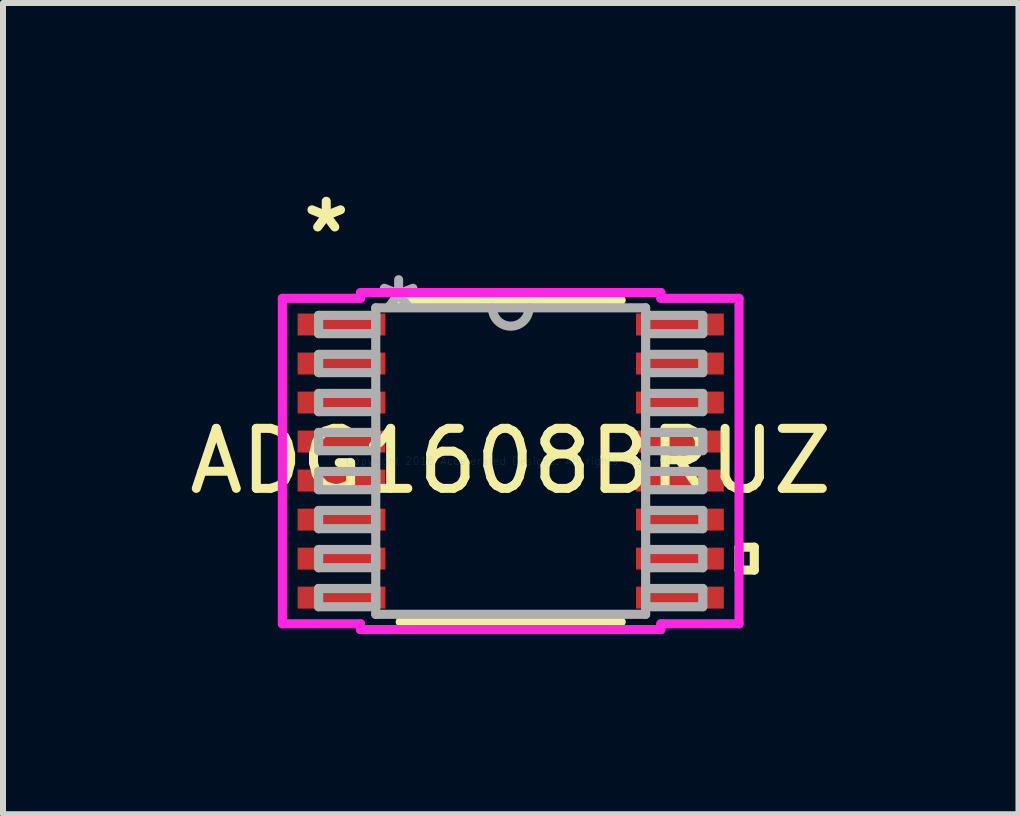
<source format=kicad_pcb>
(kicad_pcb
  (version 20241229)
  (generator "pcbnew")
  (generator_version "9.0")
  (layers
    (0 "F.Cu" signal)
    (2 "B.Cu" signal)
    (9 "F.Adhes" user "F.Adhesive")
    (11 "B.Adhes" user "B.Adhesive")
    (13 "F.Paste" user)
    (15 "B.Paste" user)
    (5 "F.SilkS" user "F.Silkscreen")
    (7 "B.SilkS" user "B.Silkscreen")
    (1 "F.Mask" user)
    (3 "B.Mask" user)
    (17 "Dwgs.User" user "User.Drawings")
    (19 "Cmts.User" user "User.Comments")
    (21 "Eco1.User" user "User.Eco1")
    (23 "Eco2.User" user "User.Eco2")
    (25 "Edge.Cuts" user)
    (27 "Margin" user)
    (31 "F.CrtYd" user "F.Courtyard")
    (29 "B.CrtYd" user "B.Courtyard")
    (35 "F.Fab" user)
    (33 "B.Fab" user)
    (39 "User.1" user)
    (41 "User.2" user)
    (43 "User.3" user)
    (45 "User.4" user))
  (footprint "ADG1608BRUZ"
    (layer "F.Cu")
    (at 5.458 4.631)
    (property "Reference" "ADG1608BRUZ" (at 0 0 0) (layer "F.SilkS") (effects (font (size 1 1) (thickness 0.15))))
    (attr through_hole)
    (fp_line (start -1.841 2.68) (end 1.841 2.68) (stroke (width 0.152) (type solid)) (layer "F.SilkS"))
    (fp_line (start 1.841 -2.68) (end -1.841 -2.68) (stroke (width 0.152) (type solid)) (layer "F.SilkS"))
    (fp_line (start 3.804 1.435) (end 4.058 1.435) (stroke (width 0.152) (type solid)) (layer "F.SilkS"))
    (fp_line (start 3.804 1.816) (end 3.804 1.435) (stroke (width 0.152) (type solid)) (layer "F.SilkS"))
    (fp_line (start 4.058 1.435) (end 4.058 1.816) (stroke (width 0.152) (type solid)) (layer "F.SilkS"))
    (fp_line (start 4.058 1.816) (end 3.804 1.816) (stroke (width 0.152) (type solid)) (layer "F.SilkS"))
    (fp_line (start -3.804 -2.711) (end -2.502 -2.711) (stroke (width 0.152) (type solid)) (layer "F.CrtYd"))
    (fp_line (start -3.804 2.711) (end -3.804 -2.711) (stroke (width 0.152) (type solid)) (layer "F.CrtYd"))
    (fp_line (start -2.502 -2.807) (end 2.502 -2.807) (stroke (width 0.152) (type solid)) (layer "F.CrtYd"))
    (fp_line (start -2.502 -2.711) (end -2.502 -2.807) (stroke (width 0.152) (type solid)) (layer "F.CrtYd"))
    (fp_line (start -2.502 2.711) (end -3.804 2.711) (stroke (width 0.152) (type solid)) (layer "F.CrtYd"))
    (fp_line (start -2.502 2.807) (end -2.502 2.711) (stroke (width 0.152) (type solid)) (layer "F.CrtYd"))
    (fp_line (start 2.502 -2.807) (end 2.502 -2.711) (stroke (width 0.152) (type solid)) (layer "F.CrtYd"))
    (fp_line (start 2.502 -2.711) (end 3.804 -2.711) (stroke (width 0.152) (type solid)) (layer "F.CrtYd"))
    (fp_line (start 2.502 2.711) (end 2.502 2.807) (stroke (width 0.152) (type solid)) (layer "F.CrtYd"))
    (fp_line (start 2.502 2.807) (end -2.502 2.807) (stroke (width 0.152) (type solid)) (layer "F.CrtYd"))
    (fp_line (start 3.804 -2.711) (end 3.804 2.711) (stroke (width 0.152) (type solid)) (layer "F.CrtYd"))
    (fp_line (start 3.804 2.711) (end 2.502 2.711) (stroke (width 0.152) (type solid)) (layer "F.CrtYd"))
    (fp_line (start -3.2 -2.427) (end -3.2 -2.123) (stroke (width 0.152) (type solid)) (layer "F.Fab"))
    (fp_line (start -3.2 -2.123) (end -2.248 -2.123) (stroke (width 0.152) (type solid)) (layer "F.Fab"))
    (fp_line (start -3.2 -1.777) (end -3.2 -1.473) (stroke (width 0.152) (type solid)) (layer "F.Fab"))
    (fp_line (start -3.2 -1.473) (end -2.248 -1.473) (stroke (width 0.152) (type solid)) (layer "F.Fab"))
    (fp_line (start -3.2 -1.127) (end -3.2 -0.823) (stroke (width 0.152) (type solid)) (layer "F.Fab"))
    (fp_line (start -3.2 -0.823) (end -2.248 -0.823) (stroke (width 0.152) (type solid)) (layer "F.Fab"))
    (fp_line (start -3.2 -0.477) (end -3.2 -0.173) (stroke (width 0.152) (type solid)) (layer "F.Fab"))
    (fp_line (start -3.2 -0.173) (end -2.248 -0.173) (stroke (width 0.152) (type solid)) (layer "F.Fab"))
    (fp_line (start -3.2 0.173) (end -3.2 0.477) (stroke (width 0.152) (type solid)) (layer "F.Fab"))
    (fp_line (start -3.2 0.477) (end -2.248 0.477) (stroke (width 0.152) (type solid)) (layer "F.Fab"))
    (fp_line (start -3.2 0.823) (end -3.2 1.127) (stroke (width 0.152) (type solid)) (layer "F.Fab"))
    (fp_line (start -3.2 1.127) (end -2.248 1.127) (stroke (width 0.152) (type solid)) (layer "F.Fab"))
    (fp_line (start -3.2 1.473) (end -3.2 1.777) (stroke (width 0.152) (type solid)) (layer "F.Fab"))
    (fp_line (start -3.2 1.777) (end -2.248 1.777) (stroke (width 0.152) (type solid)) (layer "F.Fab"))
    (fp_line (start -3.2 2.123) (end -3.2 2.427) (stroke (width 0.152) (type solid)) (layer "F.Fab"))
    (fp_line (start -3.2 2.427) (end -2.248 2.427) (stroke (width 0.152) (type solid)) (layer "F.Fab"))
    (fp_line (start -2.248 -2.553) (end -2.248 2.553) (stroke (width 0.152) (type solid)) (layer "F.Fab"))
    (fp_line (start -2.248 -2.427) (end -3.2 -2.427) (stroke (width 0.152) (type solid)) (layer "F.Fab"))
    (fp_line (start -2.248 -2.123) (end -2.248 -2.427) (stroke (width 0.152) (type solid)) (layer "F.Fab"))
    (fp_line (start -2.248 -1.777) (end -3.2 -1.777) (stroke (width 0.152) (type solid)) (layer "F.Fab"))
    (fp_line (start -2.248 -1.473) (end -2.248 -1.777) (stroke (width 0.152) (type solid)) (layer "F.Fab"))
    (fp_line (start -2.248 -1.127) (end -3.2 -1.127) (stroke (width 0.152) (type solid)) (layer "F.Fab"))
    (fp_line (start -2.248 -0.823) (end -2.248 -1.127) (stroke (width 0.152) (type solid)) (layer "F.Fab"))
    (fp_line (start -2.248 -0.477) (end -3.2 -0.477) (stroke (width 0.152) (type solid)) (layer "F.Fab"))
    (fp_line (start -2.248 -0.173) (end -2.248 -0.477) (stroke (width 0.152) (type solid)) (layer "F.Fab"))
    (fp_line (start -2.248 0.173) (end -3.2 0.173) (stroke (width 0.152) (type solid)) (layer "F.Fab"))
    (fp_line (start -2.248 0.477) (end -2.248 0.173) (stroke (width 0.152) (type solid)) (layer "F.Fab"))
    (fp_line (start -2.248 0.823) (end -3.2 0.823) (stroke (width 0.152) (type solid)) (layer "F.Fab"))
    (fp_line (start -2.248 1.127) (end -2.248 0.823) (stroke (width 0.152) (type solid)) (layer "F.Fab"))
    (fp_line (start -2.248 1.473) (end -3.2 1.473) (stroke (width 0.152) (type solid)) (layer "F.Fab"))
    (fp_line (start -2.248 1.777) (end -2.248 1.473) (stroke (width 0.152) (type solid)) (layer "F.Fab"))
    (fp_line (start -2.248 2.123) (end -3.2 2.123) (stroke (width 0.152) (type solid)) (layer "F.Fab"))
    (fp_line (start -2.248 2.427) (end -2.248 2.123) (stroke (width 0.152) (type solid)) (layer "F.Fab"))
    (fp_line (start -2.248 2.553) (end 2.248 2.553) (stroke (width 0.152) (type solid)) (layer "F.Fab"))
    (fp_line (start 2.248 -2.553) (end -2.248 -2.553) (stroke (width 0.152) (type solid)) (layer "F.Fab"))
    (fp_line (start 2.248 -2.427) (end 2.248 -2.123) (stroke (width 0.152) (type solid)) (layer "F.Fab"))
    (fp_line (start 2.248 -2.123) (end 3.2 -2.123) (stroke (width 0.152) (type solid)) (layer "F.Fab"))
    (fp_line (start 2.248 -1.777) (end 2.248 -1.473) (stroke (width 0.152) (type solid)) (layer "F.Fab"))
    (fp_line (start 2.248 -1.473) (end 3.2 -1.473) (stroke (width 0.152) (type solid)) (layer "F.Fab"))
    (fp_line (start 2.248 -1.127) (end 2.248 -0.823) (stroke (width 0.152) (type solid)) (layer "F.Fab"))
    (fp_line (start 2.248 -0.823) (end 3.2 -0.823) (stroke (width 0.152) (type solid)) (layer "F.Fab"))
    (fp_line (start 2.248 -0.477) (end 2.248 -0.173) (stroke (width 0.152) (type solid)) (layer "F.Fab"))
    (fp_line (start 2.248 -0.173) (end 3.2 -0.173) (stroke (width 0.152) (type solid)) (layer "F.Fab"))
    (fp_line (start 2.248 0.173) (end 2.248 0.477) (stroke (width 0.152) (type solid)) (layer "F.Fab"))
    (fp_line (start 2.248 0.477) (end 3.2 0.477) (stroke (width 0.152) (type solid)) (layer "F.Fab"))
    (fp_line (start 2.248 0.823) (end 2.248 1.127) (stroke (width 0.152) (type solid)) (layer "F.Fab"))
    (fp_line (start 2.248 1.127) (end 3.2 1.127) (stroke (width 0.152) (type solid)) (layer "F.Fab"))
    (fp_line (start 2.248 1.473) (end 2.248 1.777) (stroke (width 0.152) (type solid)) (layer "F.Fab"))
    (fp_line (start 2.248 1.777) (end 3.2 1.777) (stroke (width 0.152) (type solid)) (layer "F.Fab"))
    (fp_line (start 2.248 2.123) (end 2.248 2.427) (stroke (width 0.152) (type solid)) (layer "F.Fab"))
    (fp_line (start 2.248 2.427) (end 3.2 2.427) (stroke (width 0.152) (type solid)) (layer "F.Fab"))
    (fp_line (start 2.248 2.553) (end 2.248 -2.553) (stroke (width 0.152) (type solid)) (layer "F.Fab"))
    (fp_line (start 3.2 -2.427) (end 2.248 -2.427) (stroke (width 0.152) (type solid)) (layer "F.Fab"))
    (fp_line (start 3.2 -2.123) (end 3.2 -2.427) (stroke (width 0.152) (type solid)) (layer "F.Fab"))
    (fp_line (start 3.2 -1.777) (end 2.248 -1.777) (stroke (width 0.152) (type solid)) (layer "F.Fab"))
    (fp_line (start 3.2 -1.473) (end 3.2 -1.777) (stroke (width 0.152) (type solid)) (layer "F.Fab"))
    (fp_line (start 3.2 -1.127) (end 2.248 -1.127) (stroke (width 0.152) (type solid)) (layer "F.Fab"))
    (fp_line (start 3.2 -0.823) (end 3.2 -1.127) (stroke (width 0.152) (type solid)) (layer "F.Fab"))
    (fp_line (start 3.2 -0.477) (end 2.248 -0.477) (stroke (width 0.152) (type solid)) (layer "F.Fab"))
    (fp_line (start 3.2 -0.173) (end 3.2 -0.477) (stroke (width 0.152) (type solid)) (layer "F.Fab"))
    (fp_line (start 3.2 0.173) (end 2.248 0.173) (stroke (width 0.152) (type solid)) (layer "F.Fab"))
    (fp_line (start 3.2 0.477) (end 3.2 0.173) (stroke (width 0.152) (type solid)) (layer "F.Fab"))
    (fp_line (start 3.2 0.823) (end 2.248 0.823) (stroke (width 0.152) (type solid)) (layer "F.Fab"))
    (fp_line (start 3.2 1.127) (end 3.2 0.823) (stroke (width 0.152) (type solid)) (layer "F.Fab"))
    (fp_line (start 3.2 1.473) (end 2.248 1.473) (stroke (width 0.152) (type solid)) (layer "F.Fab"))
    (fp_line (start 3.2 1.777) (end 3.2 1.473) (stroke (width 0.152) (type solid)) (layer "F.Fab"))
    (fp_line (start 3.2 2.123) (end 2.248 2.123) (stroke (width 0.152) (type solid)) (layer "F.Fab"))
    (fp_line (start 3.2 2.427) (end 3.2 2.123) (stroke (width 0.152) (type solid)) (layer "F.Fab"))
    (fp_arc (start 0.3048 -2.5527) (mid 0 -2.2479) (end -0.3048 -2.5527) (stroke (width 0.1524) (type solid)) (layer "F.Fab"))
    (fp_text user "*" (at -3.073 -3.783 0) (layer "F.SilkS") (effects (font (size 1 1) (thickness 0.15))))
    (fp_text user "Copyright 2016 Accelerated Designs. All rights reserved." (at 0 0 0) (layer "Cmts.User") (effects (font (size 0.127 0.127) (thickness 0.002))))
    (fp_text user "*" (at -1.867 -2.477 0) (layer "F.Fab") (effects (font (size 1 1) (thickness 0.15))))
    (pad "1" smd rect (at -2.819 -2.275) (size 1.462 0.365) (layers "F.Cu" "F.Mask" "F.Paste"))
    (pad "2" smd rect (at -2.819 -1.625) (size 1.462 0.365) (layers "F.Cu" "F.Mask" "F.Paste"))
    (pad "3" smd rect (at -2.819 -0.975) (size 1.462 0.365) (layers "F.Cu" "F.Mask" "F.Paste"))
    (pad "4" smd rect (at -2.819 -0.325) (size 1.462 0.365) (layers "F.Cu" "F.Mask" "F.Paste"))
    (pad "5" smd rect (at -2.819 0.325) (size 1.462 0.365) (layers "F.Cu" "F.Mask" "F.Paste"))
    (pad "6" smd rect (at -2.819 0.975) (size 1.462 0.365) (layers "F.Cu" "F.Mask" "F.Paste"))
    (pad "7" smd rect (at -2.819 1.625) (size 1.462 0.365) (layers "F.Cu" "F.Mask" "F.Paste"))
    (pad "8" smd rect (at -2.819 2.275) (size 1.462 0.365) (layers "F.Cu" "F.Mask" "F.Paste"))
    (pad "9" smd rect (at 2.819 2.275) (size 1.462 0.365) (layers "F.Cu" "F.Mask" "F.Paste"))
    (pad "10" smd rect (at 2.819 1.625) (size 1.462 0.365) (layers "F.Cu" "F.Mask" "F.Paste"))
    (pad "11" smd rect (at 2.819 0.975) (size 1.462 0.365) (layers "F.Cu" "F.Mask" "F.Paste"))
    (pad "12" smd rect (at 2.819 0.325) (size 1.462 0.365) (layers "F.Cu" "F.Mask" "F.Paste"))
    (pad "13" smd rect (at 2.819 -0.325) (size 1.462 0.365) (layers "F.Cu" "F.Mask" "F.Paste"))
    (pad "14" smd rect (at 2.819 -0.975) (size 1.462 0.365) (layers "F.Cu" "F.Mask" "F.Paste"))
    (pad "15" smd rect (at 2.819 -1.625) (size 1.462 0.365) (layers "F.Cu" "F.Mask" "F.Paste"))
    (pad "16" smd rect (at 2.819 -2.275) (size 1.462 0.365) (layers "F.Cu" "F.Mask" "F.Paste")))
  (gr_rect
    (start -3 -3)
    (end 13.917 10.514)
    (stroke (width 0.1) (type default))
    (fill no)
    (layer "Edge.Cuts")))
</source>
